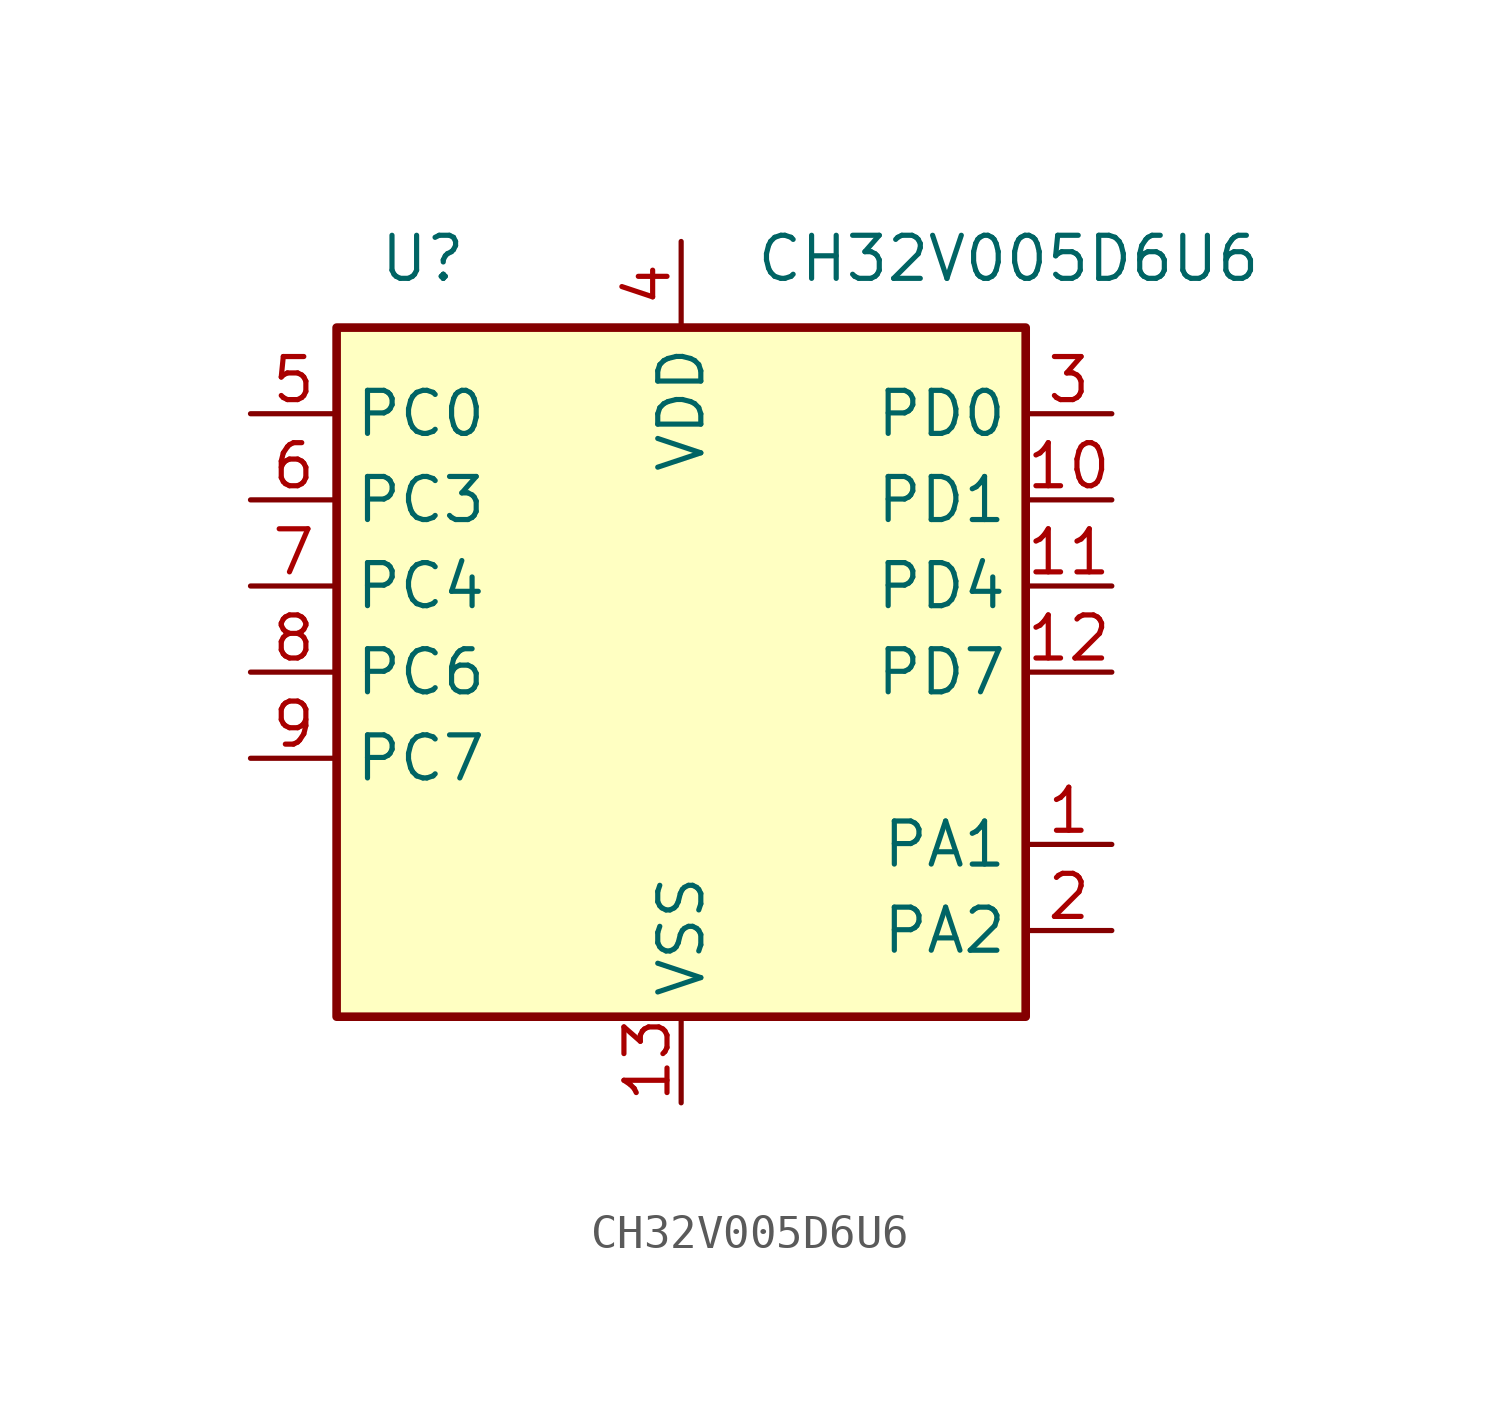
<source format=kicad_sym>
(kicad_symbol_lib
  (version 20241209)
  (generator "kicad_symbol_editor")
  (generator_version "9.0")
  (symbol "CH32V005D6U6"
    (property "Reference" "U"
      (at -7.62 12.192 0)
      (effects (font (size 1.27 1.27))))
    (property "Value" "CH32V005D6U6"
      (at 9.652 12.192 0)
      (effects (font (size 1.27 1.27))))
    (symbol "CH32V005D6U6_0_0"
      (pin power_in line (at 0 12.7 270) (length 2.54) (name "VDD" (effects (font (size 1.27 1.27)))) (number "4" (effects (font (size 1.27 1.27)))))
      (pin power_in line (at 0 -12.7 90) (length 2.54) (name "VSS" (effects (font (size 1.27 1.27)))) (number "13" (effects (font (size 1.27 1.27))))))
    (symbol "CH32V005D6U6_1_0"
      (pin bidirectional line (at -12.7 7.62 0) (length 2.54) (name "PC0" (effects (font (size 1.27 1.27)))) (number "5" (effects (font (size 1.27 1.27)))) (alternate "SPI_MOSI_3" bidirectional line) (alternate "SPI_NSS_1" bidirectional line) (alternate "TIM1_CH1N_7" bidirectional line) (alternate "TIM1_CH1N_9" bidirectional line) (alternate "TIM1_CH3_2" bidirectional line) (alternate "TIM2_CH1_ETR_4" bidirectional line) (alternate "TIM2_CH3" bidirectional line) (alternate "TIM2_CH3_1" bidirectional line) (alternate "USART1_TX_3" bidirectional line))
      (pin bidirectional line (at -12.7 5.08 0) (length 2.54) (name "PC3" (effects (font (size 1.27 1.27)))) (number "6" (effects (font (size 1.27 1.27)))) (alternate "TIM1_CH1N_2" bidirectional line) (alternate "TIM1_CH1N_3" bidirectional line) (alternate "TIM1_CH3" bidirectional line) (alternate "TIM1_CH3_1" bidirectional line) (alternate "TIM1_CH3_5" bidirectional line) (alternate "TIM2_CH3_4" bidirectional line) (alternate "USART1_CTS_2" bidirectional line))
      (pin bidirectional line (at -12.7 2.54 0) (length 2.54) (name "PC4" (effects (font (size 1.27 1.27)))) (number "7" (effects (font (size 1.27 1.27)))) (alternate "ADC_IN2" input line) (alternate "MCO" bidirectional line) (alternate "SPI_NSS_2" bidirectional line) (alternate "SPI_NSS_6" bidirectional line) (alternate "TIM1_CH1_3" bidirectional line) (alternate "TIM1_CH1_7" bidirectional line) (alternate "TIM1_CH1_8" bidirectional line) (alternate "TIM1_CH2N_2" bidirectional line) (alternate "TIM1_CH4" bidirectional line) (alternate "TIM1_CH4_1" bidirectional line) (alternate "USART1_RX_9" bidirectional line) (alternate "USART2_TX_5" bidirectional line))
      (pin bidirectional line (at -12.7 0 0) (length 2.54) (name "PC6" (effects (font (size 1.27 1.27)))) (number "8" (effects (font (size 1.27 1.27)))) (alternate "I2C_SDA_2" bidirectional line) (alternate "SPI_MOSI" bidirectional line) (alternate "SPI_MOSI_1" bidirectional line) (alternate "TIM1_CH1_2" bidirectional line) (alternate "TIM1_CH3N_3" bidirectional line) (alternate "TIM1_CH3_7" bidirectional line) (alternate "TIM1_CH3_8" bidirectional line) (alternate "USART1_CTS_1" bidirectional line) (alternate "USART1_CTS_3" bidirectional line) (alternate "USART1_RX_6" bidirectional line))
      (pin bidirectional line (at -12.7 -2.54 0) (length 2.54) (name "PC7" (effects (font (size 1.27 1.27)))) (number "9" (effects (font (size 1.27 1.27)))) (alternate "SPI_MISO" bidirectional line) (alternate "SPI_MISO_1" bidirectional line) (alternate "SPI_MISO_6" bidirectional line) (alternate "TIM1_CH2_2" bidirectional line) (alternate "TIM1_CH2_3" bidirectional line) (alternate "TIM1_CH4_7" bidirectional line) (alternate "TIM1_CH4_8" bidirectional line) (alternate "TIM2_CH2_3" bidirectional line) (alternate "USART1_CTS_6" bidirectional line) (alternate "USART1_CTS_7" bidirectional line) (alternate "USART1_RTS_1" bidirectional line) (alternate "USART1_RTS_3" bidirectional line))
      (pin bidirectional line (at 12.7 7.62 180) (length 2.54) (name "PD0" (effects (font (size 1.27 1.27)))) (number "3" (effects (font (size 1.27 1.27)))) (alternate "I2C_SDA_1" bidirectional line) (alternate "OPA_N1" bidirectional line) (alternate "TIM1_CH1N" bidirectional line) (alternate "TIM1_CH1N_1" bidirectional line) (alternate "TIM1_CH3N_4" bidirectional line) (alternate "TIM1_CH3N_5" bidirectional line) (alternate "TIM1_CH3N_6" bidirectional line) (alternate "USART1_TX_2" bidirectional line))
      (pin bidirectional line (at 12.7 5.08 180) (length 2.54) (name "PD1" (effects (font (size 1.27 1.27)))) (number "10" (effects (font (size 1.27 1.27)))) (alternate "ADC_IETR" bidirectional line) (alternate "I2C_SCL_1" bidirectional line) (alternate "I2C_SDA_4" bidirectional line) (alternate "OPA_P3" bidirectional line) (alternate "SWDIO" bidirectional line) (alternate "SWIO" bidirectional line) (alternate "TIM1_CH3N" bidirectional line) (alternate "TIM1_CH3N_1" bidirectional line) (alternate "TIM1_CH3N_2" bidirectional line) (alternate "TIM1_CH4_4" bidirectional line) (alternate "TIM1_CH4_5" bidirectional line) (alternate "USART1_RX_2" bidirectional line) (alternate "USART1_RX_5" bidirectional line) (alternate "USART1_TX_4" bidirectional line) (alternate "USART2_RX_5" bidirectional line))
      (pin bidirectional line (at 12.7 2.54 180) (length 2.54) (name "PD4" (effects (font (size 1.27 1.27)))) (number "11" (effects (font (size 1.27 1.27)))) (alternate "ADC_IN7" bidirectional line) (alternate "OPA_OUT0" bidirectional line) (alternate "SPI_SCK_4" bidirectional line) (alternate "TIM1_CH4_3" bidirectional line) (alternate "TIM1_ETR_1" bidirectional line) (alternate "TIM1_ETR_4" bidirectional line) (alternate "TIM1_ETR_5" bidirectional line) (alternate "TIM1_ETR_6" bidirectional line) (alternate "TIM2_CH1_ETR" bidirectional line) (alternate "TIM2_CH2_7" bidirectional line) (alternate "USART1_RTS_9" bidirectional line))
      (pin bidirectional line (at 12.7 0 180) (length 2.54) (name "PD7" (effects (font (size 1.27 1.27)))) (number "12" (effects (font (size 1.27 1.27)))) (alternate "OPA_P1" bidirectional line) (alternate "RST" bidirectional line) (alternate "TIM2_CH4" bidirectional line) (alternate "TIM2_CH4_1" bidirectional line) (alternate "USART1_CTS_4" bidirectional line) (alternate "USART1_CTS_5" bidirectional line))
      (pin bidirectional line (at 12.7 -5.08 180) (length 2.54) (name "PA1" (effects (font (size 1.27 1.27)))) (number "1" (effects (font (size 1.27 1.27)))) (alternate "ADC_IN1" bidirectional line) (alternate "OPA_N0" bidirectional line) (alternate "SPI_SCK_5" bidirectional line) (alternate "TIM1_CH2" bidirectional line) (alternate "TIM1_CH2_1" bidirectional line) (alternate "TIM1_CH2_9" bidirectional line) (alternate "TIM2_CH2_5" bidirectional line) (alternate "TIM2_CH2_6" bidirectional line) (alternate "USART1_RX_8" bidirectional line) (alternate "USART2_RTS_2" bidirectional line) (alternate "USART2_RTS_3" bidirectional line) (alternate "USART2_RTS_4" bidirectional line) (alternate "USART2_RTS_5" bidirectional line) (alternate "XI" bidirectional line))
      (pin bidirectional line (at 12.7 -7.62 180) (length 2.54) (name "PA2" (effects (font (size 1.27 1.27)))) (number "2" (effects (font (size 1.27 1.27)))) (alternate "ADC_IETR_1" bidirectional line) (alternate "ADC_IN0" bidirectional line) (alternate "OPA_P0" bidirectional line) (alternate "SPI_MOSI_5" bidirectional line) (alternate "TIM1_CH2N" bidirectional line) (alternate "TIM1_CH2N_1" bidirectional line) (alternate "TIM1_CH2N_4" bidirectional line) (alternate "TIM1_CH2N_5" bidirectional line) (alternate "TIM1_CH2N_6" bidirectional line) (alternate "TIM1_CH3_9" bidirectional line) (alternate "TIM2_CH3_5" bidirectional line) (alternate "TIM2_CH3_6" bidirectional line) (alternate "TIM2_CH3_7" bidirectional line) (alternate "USART2_TX_2" bidirectional line) (alternate "XO" bidirectional line)))
    (symbol "CH32V005D6U6_1_1"
      (rectangle (start -10.16 10.16) (end 10.16 -10.16) (stroke (width 0.254) (type solid)) (fill (type background))))))
</source>
